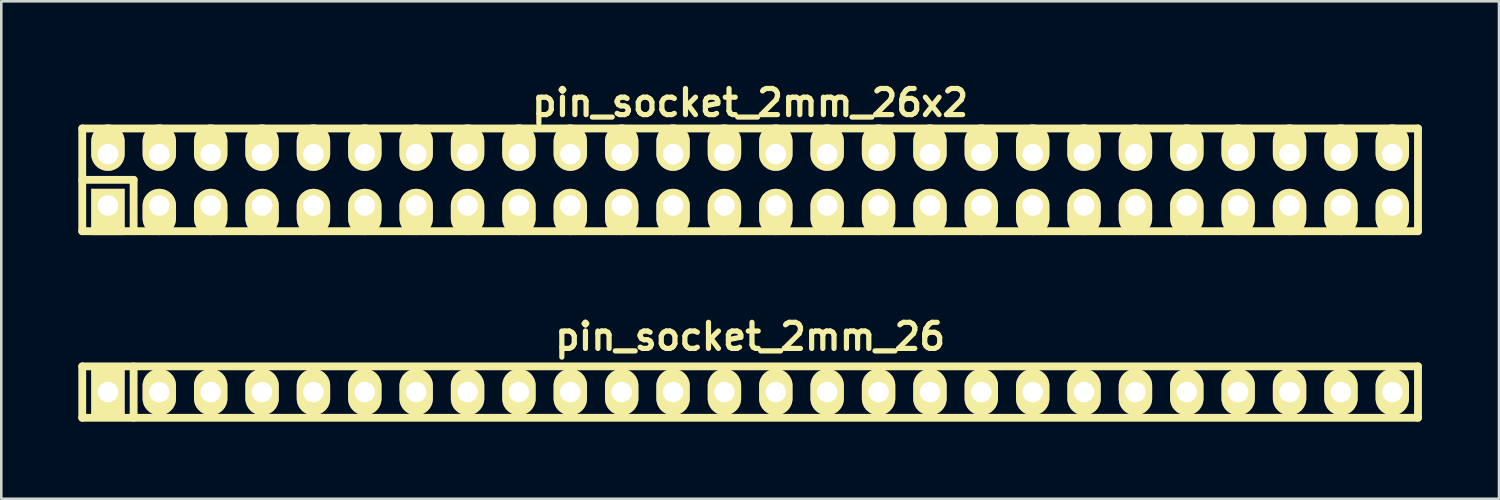
<source format=kicad_pcb>
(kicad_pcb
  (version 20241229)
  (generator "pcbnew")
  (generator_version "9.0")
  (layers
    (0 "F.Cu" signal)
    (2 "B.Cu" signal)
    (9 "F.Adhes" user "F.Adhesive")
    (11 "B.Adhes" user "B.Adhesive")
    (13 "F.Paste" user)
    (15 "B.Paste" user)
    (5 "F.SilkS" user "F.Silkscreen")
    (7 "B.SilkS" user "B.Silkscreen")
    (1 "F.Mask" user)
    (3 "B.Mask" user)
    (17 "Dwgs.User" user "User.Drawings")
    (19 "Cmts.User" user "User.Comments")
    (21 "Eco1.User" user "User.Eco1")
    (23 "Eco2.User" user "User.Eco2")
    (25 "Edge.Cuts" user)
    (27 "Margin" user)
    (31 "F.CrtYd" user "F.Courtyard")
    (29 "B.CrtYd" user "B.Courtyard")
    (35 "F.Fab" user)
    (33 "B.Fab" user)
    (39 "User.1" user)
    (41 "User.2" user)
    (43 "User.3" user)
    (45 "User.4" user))
  (footprint "pin_socket_2mm_26x2"
    (layer "F.Cu")
    (at 26.152 3.951)
    (property "Reference" "pin_socket_2mm_26x2" (at 0 -3 0) (layer "F.SilkS") (effects (font (size 1.016 1.016) (thickness 0.203))))
    (attr through_hole)
    (fp_line (start -26 -2) (end 26 -2) (stroke (width 0.305) (type solid)) (layer "F.SilkS"))
    (fp_line (start -26 0) (end -24 0) (stroke (width 0.305) (type solid)) (layer "F.SilkS"))
    (fp_line (start -26 2) (end -26 -2) (stroke (width 0.305) (type solid)) (layer "F.SilkS"))
    (fp_line (start -24 0) (end -24 2) (stroke (width 0.305) (type solid)) (layer "F.SilkS"))
    (fp_line (start 26 -2) (end 26 2) (stroke (width 0.305) (type solid)) (layer "F.SilkS"))
    (fp_line (start 26 2) (end -26 2) (stroke (width 0.305) (type solid)) (layer "F.SilkS"))
    (pad "1" thru_hole rect (at -25 1) (size 1.3 1.8) (drill 0.8 (offset 0 0.25)) (layers "*.Cu" "*.Mask" "F.SilkS"))
    (pad "2" thru_hole oval (at -25 -1) (size 1.3 1.8) (drill 0.8 (offset 0 -0.25)) (layers "*.Cu" "*.Mask" "F.SilkS"))
    (pad "3" thru_hole oval (at -23 1) (size 1.3 1.8) (drill 0.8 (offset 0 0.25)) (layers "*.Cu" "*.Mask" "F.SilkS"))
    (pad "4" thru_hole oval (at -23 -1) (size 1.3 1.8) (drill 0.8 (offset 0 -0.25)) (layers "*.Cu" "*.Mask" "F.SilkS"))
    (pad "5" thru_hole oval (at -21 1) (size 1.3 1.8) (drill 0.8 (offset 0 0.25)) (layers "*.Cu" "*.Mask" "F.SilkS"))
    (pad "6" thru_hole oval (at -21 -1) (size 1.3 1.8) (drill 0.8 (offset 0 -0.25)) (layers "*.Cu" "*.Mask" "F.SilkS"))
    (pad "7" thru_hole oval (at -19 1) (size 1.3 1.8) (drill 0.8 (offset 0 0.25)) (layers "*.Cu" "*.Mask" "F.SilkS"))
    (pad "8" thru_hole oval (at -19 -1) (size 1.3 1.8) (drill 0.8 (offset 0 -0.25)) (layers "*.Cu" "*.Mask" "F.SilkS"))
    (pad "9" thru_hole oval (at -17 1) (size 1.3 1.8) (drill 0.8 (offset 0 0.25)) (layers "*.Cu" "*.Mask" "F.SilkS"))
    (pad "10" thru_hole oval (at -17 -1) (size 1.3 1.8) (drill 0.8 (offset 0 -0.25)) (layers "*.Cu" "*.Mask" "F.SilkS"))
    (pad "11" thru_hole oval (at -15 1) (size 1.3 1.8) (drill 0.8 (offset 0 0.25)) (layers "*.Cu" "*.Mask" "F.SilkS"))
    (pad "12" thru_hole oval (at -15 -1) (size 1.3 1.8) (drill 0.8 (offset 0 -0.25)) (layers "*.Cu" "*.Mask" "F.SilkS"))
    (pad "13" thru_hole oval (at -13 1) (size 1.3 1.8) (drill 0.8 (offset 0 0.25)) (layers "*.Cu" "*.Mask" "F.SilkS"))
    (pad "14" thru_hole oval (at -13 -1) (size 1.3 1.8) (drill 0.8 (offset 0 -0.25)) (layers "*.Cu" "*.Mask" "F.SilkS"))
    (pad "15" thru_hole oval (at -11 1) (size 1.3 1.8) (drill 0.8 (offset 0 0.25)) (layers "*.Cu" "*.Mask" "F.SilkS"))
    (pad "16" thru_hole oval (at -11 -1) (size 1.3 1.8) (drill 0.8 (offset 0 -0.25)) (layers "*.Cu" "*.Mask" "F.SilkS"))
    (pad "17" thru_hole oval (at -9 1) (size 1.3 1.8) (drill 0.8 (offset 0 0.25)) (layers "*.Cu" "*.Mask" "F.SilkS"))
    (pad "18" thru_hole oval (at -9 -1) (size 1.3 1.8) (drill 0.8 (offset 0 -0.25)) (layers "*.Cu" "*.Mask" "F.SilkS"))
    (pad "19" thru_hole oval (at -7 1) (size 1.3 1.8) (drill 0.8 (offset 0 0.25)) (layers "*.Cu" "*.Mask" "F.SilkS"))
    (pad "20" thru_hole oval (at -7 -1) (size 1.3 1.8) (drill 0.8 (offset 0 -0.25)) (layers "*.Cu" "*.Mask" "F.SilkS"))
    (pad "21" thru_hole oval (at -5 1) (size 1.3 1.8) (drill 0.8 (offset 0 0.25)) (layers "*.Cu" "*.Mask" "F.SilkS"))
    (pad "22" thru_hole oval (at -5 -1) (size 1.3 1.8) (drill 0.8 (offset 0 -0.25)) (layers "*.Cu" "*.Mask" "F.SilkS"))
    (pad "23" thru_hole oval (at -3 1) (size 1.3 1.8) (drill 0.8 (offset 0 0.25)) (layers "*.Cu" "*.Mask" "F.SilkS"))
    (pad "24" thru_hole oval (at -3 -1) (size 1.3 1.8) (drill 0.8 (offset 0 -0.25)) (layers "*.Cu" "*.Mask" "F.SilkS"))
    (pad "25" thru_hole oval (at -1 1) (size 1.3 1.8) (drill 0.8 (offset 0 0.25)) (layers "*.Cu" "*.Mask" "F.SilkS"))
    (pad "26" thru_hole oval (at -1 -1) (size 1.3 1.8) (drill 0.8 (offset 0 -0.25)) (layers "*.Cu" "*.Mask" "F.SilkS"))
    (pad "27" thru_hole oval (at 1 1) (size 1.3 1.8) (drill 0.8 (offset 0 0.25)) (layers "*.Cu" "*.Mask" "F.SilkS"))
    (pad "28" thru_hole oval (at 1 -1) (size 1.3 1.8) (drill 0.8 (offset 0 -0.25)) (layers "*.Cu" "*.Mask" "F.SilkS"))
    (pad "29" thru_hole oval (at 3 1) (size 1.3 1.8) (drill 0.8 (offset 0 0.25)) (layers "*.Cu" "*.Mask" "F.SilkS"))
    (pad "30" thru_hole oval (at 3 -1) (size 1.3 1.8) (drill 0.8 (offset 0 -0.25)) (layers "*.Cu" "*.Mask" "F.SilkS"))
    (pad "31" thru_hole oval (at 5 1) (size 1.3 1.8) (drill 0.8 (offset 0 0.25)) (layers "*.Cu" "*.Mask" "F.SilkS"))
    (pad "32" thru_hole oval (at 5 -1) (size 1.3 1.8) (drill 0.8 (offset 0 -0.25)) (layers "*.Cu" "*.Mask" "F.SilkS"))
    (pad "33" thru_hole oval (at 7 1) (size 1.3 1.8) (drill 0.8 (offset 0 0.25)) (layers "*.Cu" "*.Mask" "F.SilkS"))
    (pad "34" thru_hole oval (at 7 -1) (size 1.3 1.8) (drill 0.8 (offset 0 -0.25)) (layers "*.Cu" "*.Mask" "F.SilkS"))
    (pad "35" thru_hole oval (at 9 1) (size 1.3 1.8) (drill 0.8 (offset 0 0.25)) (layers "*.Cu" "*.Mask" "F.SilkS"))
    (pad "36" thru_hole oval (at 9 -1) (size 1.3 1.8) (drill 0.8 (offset 0 -0.25)) (layers "*.Cu" "*.Mask" "F.SilkS"))
    (pad "37" thru_hole oval (at 11 1) (size 1.3 1.8) (drill 0.8 (offset 0 0.25)) (layers "*.Cu" "*.Mask" "F.SilkS"))
    (pad "38" thru_hole oval (at 11 -1) (size 1.3 1.8) (drill 0.8 (offset 0 -0.25)) (layers "*.Cu" "*.Mask" "F.SilkS"))
    (pad "39" thru_hole oval (at 13 1) (size 1.3 1.8) (drill 0.8 (offset 0 0.25)) (layers "*.Cu" "*.Mask" "F.SilkS"))
    (pad "40" thru_hole oval (at 13 -1) (size 1.3 1.8) (drill 0.8 (offset 0 -0.25)) (layers "*.Cu" "*.Mask" "F.SilkS"))
    (pad "41" thru_hole oval (at 15 1) (size 1.3 1.8) (drill 0.8 (offset 0 0.25)) (layers "*.Cu" "*.Mask" "F.SilkS"))
    (pad "42" thru_hole oval (at 15 -1) (size 1.3 1.8) (drill 0.8 (offset 0 -0.25)) (layers "*.Cu" "*.Mask" "F.SilkS"))
    (pad "43" thru_hole oval (at 17 1) (size 1.3 1.8) (drill 0.8 (offset 0 0.25)) (layers "*.Cu" "*.Mask" "F.SilkS"))
    (pad "44" thru_hole oval (at 17 -1) (size 1.3 1.8) (drill 0.8 (offset 0 -0.25)) (layers "*.Cu" "*.Mask" "F.SilkS"))
    (pad "45" thru_hole oval (at 19 1) (size 1.3 1.8) (drill 0.8 (offset 0 0.25)) (layers "*.Cu" "*.Mask" "F.SilkS"))
    (pad "46" thru_hole oval (at 19 -1) (size 1.3 1.8) (drill 0.8 (offset 0 -0.25)) (layers "*.Cu" "*.Mask" "F.SilkS"))
    (pad "47" thru_hole oval (at 21 1) (size 1.3 1.8) (drill 0.8 (offset 0 0.25)) (layers "*.Cu" "*.Mask" "F.SilkS"))
    (pad "48" thru_hole oval (at 21 -1) (size 1.3 1.8) (drill 0.8 (offset 0 -0.25)) (layers "*.Cu" "*.Mask" "F.SilkS"))
    (pad "49" thru_hole oval (at 23 1) (size 1.3 1.8) (drill 0.8 (offset 0 0.25)) (layers "*.Cu" "*.Mask" "F.SilkS"))
    (pad "50" thru_hole oval (at 23 -1) (size 1.3 1.8) (drill 0.8 (offset 0 -0.25)) (layers "*.Cu" "*.Mask" "F.SilkS"))
    (pad "51" thru_hole oval (at 25 1) (size 1.3 1.8) (drill 0.8 (offset 0 0.25)) (layers "*.Cu" "*.Mask" "F.SilkS"))
    (pad "52" thru_hole oval (at 25 -1) (size 1.3 1.8) (drill 0.8 (offset 0 -0.25)) (layers "*.Cu" "*.Mask" "F.SilkS")))
  (footprint "pin_socket_2mm_26"
    (layer "F.Cu")
    (at 26.152 12.213)
    (property "Reference" "pin_socket_2mm_26" (at 0 -2.159 0) (layer "F.SilkS") (effects (font (size 1.016 1.016) (thickness 0.203))))
    (attr through_hole)
    (fp_line (start -26 -1) (end 26 -1) (stroke (width 0.305) (type solid)) (layer "F.SilkS"))
    (fp_line (start -26 1) (end -26 -1) (stroke (width 0.305) (type solid)) (layer "F.SilkS"))
    (fp_line (start -24 -1) (end -24 1) (stroke (width 0.305) (type solid)) (layer "F.SilkS"))
    (fp_line (start 26 -1) (end 26 1) (stroke (width 0.305) (type solid)) (layer "F.SilkS"))
    (fp_line (start 26 1) (end -26 1) (stroke (width 0.305) (type solid)) (layer "F.SilkS"))
    (pad "1" thru_hole rect (at -25 0) (size 1.3 1.8) (drill 0.8) (layers "*.Cu" "*.Mask" "F.SilkS"))
    (pad "2" thru_hole oval (at -23 0) (size 1.3 1.8) (drill 0.8) (layers "*.Cu" "*.Mask" "F.SilkS"))
    (pad "3" thru_hole oval (at -21 0) (size 1.3 1.8) (drill 0.8) (layers "*.Cu" "*.Mask" "F.SilkS"))
    (pad "4" thru_hole oval (at -19 0) (size 1.3 1.8) (drill 0.8) (layers "*.Cu" "*.Mask" "F.SilkS"))
    (pad "5" thru_hole oval (at -17 0) (size 1.3 1.8) (drill 0.8) (layers "*.Cu" "*.Mask" "F.SilkS"))
    (pad "6" thru_hole oval (at -15 0) (size 1.3 1.8) (drill 0.8) (layers "*.Cu" "*.Mask" "F.SilkS"))
    (pad "7" thru_hole oval (at -13 0) (size 1.3 1.8) (drill 0.8) (layers "*.Cu" "*.Mask" "F.SilkS"))
    (pad "8" thru_hole oval (at -11 0) (size 1.3 1.8) (drill 0.8) (layers "*.Cu" "*.Mask" "F.SilkS"))
    (pad "9" thru_hole oval (at -9 0) (size 1.3 1.8) (drill 0.8) (layers "*.Cu" "*.Mask" "F.SilkS"))
    (pad "10" thru_hole oval (at -7 0) (size 1.3 1.8) (drill 0.8) (layers "*.Cu" "*.Mask" "F.SilkS"))
    (pad "11" thru_hole oval (at -5 0) (size 1.3 1.8) (drill 0.8) (layers "*.Cu" "*.Mask" "F.SilkS"))
    (pad "12" thru_hole oval (at -3 0) (size 1.3 1.8) (drill 0.8) (layers "*.Cu" "*.Mask" "F.SilkS"))
    (pad "13" thru_hole oval (at -1 0) (size 1.3 1.8) (drill 0.8) (layers "*.Cu" "*.Mask" "F.SilkS"))
    (pad "14" thru_hole oval (at 1 0) (size 1.3 1.8) (drill 0.8) (layers "*.Cu" "*.Mask" "F.SilkS"))
    (pad "15" thru_hole oval (at 3 0) (size 1.3 1.8) (drill 0.8) (layers "*.Cu" "*.Mask" "F.SilkS"))
    (pad "16" thru_hole oval (at 5 0) (size 1.3 1.8) (drill 0.8) (layers "*.Cu" "*.Mask" "F.SilkS"))
    (pad "17" thru_hole oval (at 7 0) (size 1.3 1.8) (drill 0.8) (layers "*.Cu" "*.Mask" "F.SilkS"))
    (pad "18" thru_hole oval (at 9 0) (size 1.3 1.8) (drill 0.8) (layers "*.Cu" "*.Mask" "F.SilkS"))
    (pad "19" thru_hole oval (at 11 0) (size 1.3 1.8) (drill 0.8) (layers "*.Cu" "*.Mask" "F.SilkS"))
    (pad "20" thru_hole oval (at 13 0) (size 1.3 1.8) (drill 0.8) (layers "*.Cu" "*.Mask" "F.SilkS"))
    (pad "21" thru_hole oval (at 15 0) (size 1.3 1.8) (drill 0.8) (layers "*.Cu" "*.Mask" "F.SilkS"))
    (pad "22" thru_hole oval (at 17 0) (size 1.3 1.8) (drill 0.8) (layers "*.Cu" "*.Mask" "F.SilkS"))
    (pad "23" thru_hole oval (at 19 0) (size 1.3 1.8) (drill 0.8) (layers "*.Cu" "*.Mask" "F.SilkS"))
    (pad "24" thru_hole oval (at 21 0) (size 1.3 1.8) (drill 0.8) (layers "*.Cu" "*.Mask" "F.SilkS"))
    (pad "25" thru_hole oval (at 23 0) (size 1.3 1.8) (drill 0.8) (layers "*.Cu" "*.Mask" "F.SilkS"))
    (pad "26" thru_hole oval (at 25 0) (size 1.3 1.8) (drill 0.8) (layers "*.Cu" "*.Mask" "F.SilkS")))
  (gr_rect
    (start -3 -3)
    (end 55.305 16.366)
    (stroke (width 0.1) (type default))
    (fill no)
    (layer "Edge.Cuts")))
</source>
